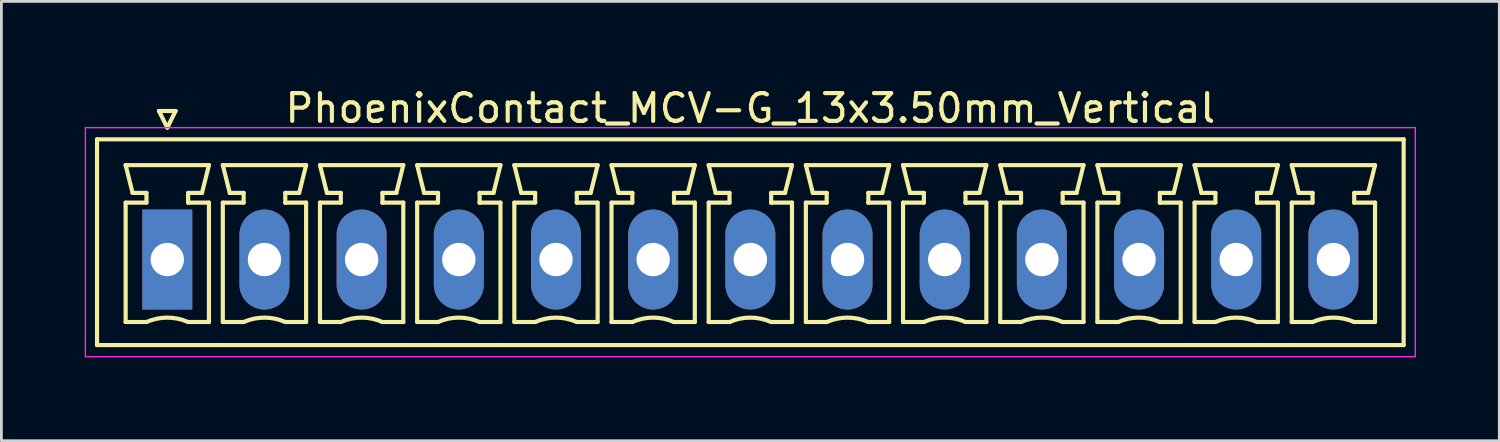
<source format=kicad_pcb>
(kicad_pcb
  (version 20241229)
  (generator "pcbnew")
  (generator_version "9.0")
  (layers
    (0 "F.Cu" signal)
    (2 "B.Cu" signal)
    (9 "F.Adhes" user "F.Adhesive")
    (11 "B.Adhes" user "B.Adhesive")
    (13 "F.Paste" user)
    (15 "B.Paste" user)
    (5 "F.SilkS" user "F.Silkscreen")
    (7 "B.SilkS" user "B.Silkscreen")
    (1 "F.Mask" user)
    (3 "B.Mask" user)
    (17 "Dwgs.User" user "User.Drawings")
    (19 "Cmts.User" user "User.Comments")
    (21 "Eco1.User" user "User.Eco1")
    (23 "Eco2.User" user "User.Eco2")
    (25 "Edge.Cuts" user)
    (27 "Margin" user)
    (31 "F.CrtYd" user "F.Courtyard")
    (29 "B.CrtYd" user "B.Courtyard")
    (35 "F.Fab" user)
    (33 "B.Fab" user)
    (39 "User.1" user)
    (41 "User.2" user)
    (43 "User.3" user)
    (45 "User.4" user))
  (footprint "PhoenixContact_MCV-G_13x3.50mm_Vertical"
    (layer "F.Cu")
    (at 2.975 6.298)
    (property "Reference" "PhoenixContact_MCV-G_13x3.50mm_Vertical" (at 21 -5.45 0) (layer "F.SilkS") (effects (font (size 1 1) (thickness 0.15))))
    (attr through_hole)
    (fp_line (start -2.53 -4.33) (end -2.53 3.08) (stroke (width 0.15) (type solid)) (layer "F.SilkS"))
    (fp_line (start -2.53 3.08) (end 44.53 3.08) (stroke (width 0.15) (type solid)) (layer "F.SilkS"))
    (fp_line (start -1.5 -3.4) (end 1.5 -3.4) (stroke (width 0.15) (type solid)) (layer "F.SilkS"))
    (fp_line (start -1.5 -2.05) (end -0.75 -2.05) (stroke (width 0.15) (type solid)) (layer "F.SilkS"))
    (fp_line (start -1.5 2.25) (end -1.5 -2.05) (stroke (width 0.15) (type solid)) (layer "F.SilkS"))
    (fp_line (start -1.25 -2.4) (end -1.5 -3.4) (stroke (width 0.15) (type solid)) (layer "F.SilkS"))
    (fp_line (start -0.75 -2.4) (end -1.25 -2.4) (stroke (width 0.15) (type solid)) (layer "F.SilkS"))
    (fp_line (start -0.75 -2.05) (end -0.75 -2.4) (stroke (width 0.15) (type solid)) (layer "F.SilkS"))
    (fp_line (start -0.75 2.25) (end -1.5 2.25) (stroke (width 0.15) (type solid)) (layer "F.SilkS"))
    (fp_line (start -0.3 -5.35) (end 0 -4.75) (stroke (width 0.15) (type solid)) (layer "F.SilkS"))
    (fp_line (start 0 -4.75) (end 0.3 -5.35) (stroke (width 0.15) (type solid)) (layer "F.SilkS"))
    (fp_line (start 0.3 -5.35) (end -0.3 -5.35) (stroke (width 0.15) (type solid)) (layer "F.SilkS"))
    (fp_line (start 0.75 -2.4) (end 0.75 -2.05) (stroke (width 0.15) (type solid)) (layer "F.SilkS"))
    (fp_line (start 0.75 -2.05) (end 0.75 -2.05) (stroke (width 0.15) (type solid)) (layer "F.SilkS"))
    (fp_line (start 0.75 -2.05) (end 1.5 -2.05) (stroke (width 0.15) (type solid)) (layer "F.SilkS"))
    (fp_line (start 1.25 -2.4) (end 0.75 -2.4) (stroke (width 0.15) (type solid)) (layer "F.SilkS"))
    (fp_line (start 1.5 -3.4) (end 1.25 -2.4) (stroke (width 0.15) (type solid)) (layer "F.SilkS"))
    (fp_line (start 1.5 -2.05) (end 1.5 2.25) (stroke (width 0.15) (type solid)) (layer "F.SilkS"))
    (fp_line (start 1.5 2.25) (end 0.75 2.25) (stroke (width 0.15) (type solid)) (layer "F.SilkS"))
    (fp_line (start 2 -3.4) (end 5 -3.4) (stroke (width 0.15) (type solid)) (layer "F.SilkS"))
    (fp_line (start 2 -2.05) (end 2.75 -2.05) (stroke (width 0.15) (type solid)) (layer "F.SilkS"))
    (fp_line (start 2 2.25) (end 2 -2.05) (stroke (width 0.15) (type solid)) (layer "F.SilkS"))
    (fp_line (start 2.25 -2.4) (end 2 -3.4) (stroke (width 0.15) (type solid)) (layer "F.SilkS"))
    (fp_line (start 2.75 -2.4) (end 2.25 -2.4) (stroke (width 0.15) (type solid)) (layer "F.SilkS"))
    (fp_line (start 2.75 -2.05) (end 2.75 -2.4) (stroke (width 0.15) (type solid)) (layer "F.SilkS"))
    (fp_line (start 2.75 2.25) (end 2 2.25) (stroke (width 0.15) (type solid)) (layer "F.SilkS"))
    (fp_line (start 4.25 -2.4) (end 4.25 -2.05) (stroke (width 0.15) (type solid)) (layer "F.SilkS"))
    (fp_line (start 4.25 -2.05) (end 4.25 -2.05) (stroke (width 0.15) (type solid)) (layer "F.SilkS"))
    (fp_line (start 4.25 -2.05) (end 5 -2.05) (stroke (width 0.15) (type solid)) (layer "F.SilkS"))
    (fp_line (start 4.75 -2.4) (end 4.25 -2.4) (stroke (width 0.15) (type solid)) (layer "F.SilkS"))
    (fp_line (start 5 -3.4) (end 4.75 -2.4) (stroke (width 0.15) (type solid)) (layer "F.SilkS"))
    (fp_line (start 5 -2.05) (end 5 2.25) (stroke (width 0.15) (type solid)) (layer "F.SilkS"))
    (fp_line (start 5 2.25) (end 4.25 2.25) (stroke (width 0.15) (type solid)) (layer "F.SilkS"))
    (fp_line (start 5.5 -3.4) (end 8.5 -3.4) (stroke (width 0.15) (type solid)) (layer "F.SilkS"))
    (fp_line (start 5.5 -2.05) (end 6.25 -2.05) (stroke (width 0.15) (type solid)) (layer "F.SilkS"))
    (fp_line (start 5.5 2.25) (end 5.5 -2.05) (stroke (width 0.15) (type solid)) (layer "F.SilkS"))
    (fp_line (start 5.75 -2.4) (end 5.5 -3.4) (stroke (width 0.15) (type solid)) (layer "F.SilkS"))
    (fp_line (start 6.25 -2.4) (end 5.75 -2.4) (stroke (width 0.15) (type solid)) (layer "F.SilkS"))
    (fp_line (start 6.25 -2.05) (end 6.25 -2.4) (stroke (width 0.15) (type solid)) (layer "F.SilkS"))
    (fp_line (start 6.25 2.25) (end 5.5 2.25) (stroke (width 0.15) (type solid)) (layer "F.SilkS"))
    (fp_line (start 7.75 -2.4) (end 7.75 -2.05) (stroke (width 0.15) (type solid)) (layer "F.SilkS"))
    (fp_line (start 7.75 -2.05) (end 7.75 -2.05) (stroke (width 0.15) (type solid)) (layer "F.SilkS"))
    (fp_line (start 7.75 -2.05) (end 8.5 -2.05) (stroke (width 0.15) (type solid)) (layer "F.SilkS"))
    (fp_line (start 8.25 -2.4) (end 7.75 -2.4) (stroke (width 0.15) (type solid)) (layer "F.SilkS"))
    (fp_line (start 8.5 -3.4) (end 8.25 -2.4) (stroke (width 0.15) (type solid)) (layer "F.SilkS"))
    (fp_line (start 8.5 -2.05) (end 8.5 2.25) (stroke (width 0.15) (type solid)) (layer "F.SilkS"))
    (fp_line (start 8.5 2.25) (end 7.75 2.25) (stroke (width 0.15) (type solid)) (layer "F.SilkS"))
    (fp_line (start 9 -3.4) (end 12 -3.4) (stroke (width 0.15) (type solid)) (layer "F.SilkS"))
    (fp_line (start 9 -2.05) (end 9.75 -2.05) (stroke (width 0.15) (type solid)) (layer "F.SilkS"))
    (fp_line (start 9 2.25) (end 9 -2.05) (stroke (width 0.15) (type solid)) (layer "F.SilkS"))
    (fp_line (start 9.25 -2.4) (end 9 -3.4) (stroke (width 0.15) (type solid)) (layer "F.SilkS"))
    (fp_line (start 9.75 -2.4) (end 9.25 -2.4) (stroke (width 0.15) (type solid)) (layer "F.SilkS"))
    (fp_line (start 9.75 -2.05) (end 9.75 -2.4) (stroke (width 0.15) (type solid)) (layer "F.SilkS"))
    (fp_line (start 9.75 2.25) (end 9 2.25) (stroke (width 0.15) (type solid)) (layer "F.SilkS"))
    (fp_line (start 11.25 -2.4) (end 11.25 -2.05) (stroke (width 0.15) (type solid)) (layer "F.SilkS"))
    (fp_line (start 11.25 -2.05) (end 11.25 -2.05) (stroke (width 0.15) (type solid)) (layer "F.SilkS"))
    (fp_line (start 11.25 -2.05) (end 12 -2.05) (stroke (width 0.15) (type solid)) (layer "F.SilkS"))
    (fp_line (start 11.75 -2.4) (end 11.25 -2.4) (stroke (width 0.15) (type solid)) (layer "F.SilkS"))
    (fp_line (start 12 -3.4) (end 11.75 -2.4) (stroke (width 0.15) (type solid)) (layer "F.SilkS"))
    (fp_line (start 12 -2.05) (end 12 2.25) (stroke (width 0.15) (type solid)) (layer "F.SilkS"))
    (fp_line (start 12 2.25) (end 11.25 2.25) (stroke (width 0.15) (type solid)) (layer "F.SilkS"))
    (fp_line (start 12.5 -3.4) (end 15.5 -3.4) (stroke (width 0.15) (type solid)) (layer "F.SilkS"))
    (fp_line (start 12.5 -2.05) (end 13.25 -2.05) (stroke (width 0.15) (type solid)) (layer "F.SilkS"))
    (fp_line (start 12.5 2.25) (end 12.5 -2.05) (stroke (width 0.15) (type solid)) (layer "F.SilkS"))
    (fp_line (start 12.75 -2.4) (end 12.5 -3.4) (stroke (width 0.15) (type solid)) (layer "F.SilkS"))
    (fp_line (start 13.25 -2.4) (end 12.75 -2.4) (stroke (width 0.15) (type solid)) (layer "F.SilkS"))
    (fp_line (start 13.25 -2.05) (end 13.25 -2.4) (stroke (width 0.15) (type solid)) (layer "F.SilkS"))
    (fp_line (start 13.25 2.25) (end 12.5 2.25) (stroke (width 0.15) (type solid)) (layer "F.SilkS"))
    (fp_line (start 14.75 -2.4) (end 14.75 -2.05) (stroke (width 0.15) (type solid)) (layer "F.SilkS"))
    (fp_line (start 14.75 -2.05) (end 14.75 -2.05) (stroke (width 0.15) (type solid)) (layer "F.SilkS"))
    (fp_line (start 14.75 -2.05) (end 15.5 -2.05) (stroke (width 0.15) (type solid)) (layer "F.SilkS"))
    (fp_line (start 15.25 -2.4) (end 14.75 -2.4) (stroke (width 0.15) (type solid)) (layer "F.SilkS"))
    (fp_line (start 15.5 -3.4) (end 15.25 -2.4) (stroke (width 0.15) (type solid)) (layer "F.SilkS"))
    (fp_line (start 15.5 -2.05) (end 15.5 2.25) (stroke (width 0.15) (type solid)) (layer "F.SilkS"))
    (fp_line (start 15.5 2.25) (end 14.75 2.25) (stroke (width 0.15) (type solid)) (layer "F.SilkS"))
    (fp_line (start 16 -3.4) (end 19 -3.4) (stroke (width 0.15) (type solid)) (layer "F.SilkS"))
    (fp_line (start 16 -2.05) (end 16.75 -2.05) (stroke (width 0.15) (type solid)) (layer "F.SilkS"))
    (fp_line (start 16 2.25) (end 16 -2.05) (stroke (width 0.15) (type solid)) (layer "F.SilkS"))
    (fp_line (start 16.25 -2.4) (end 16 -3.4) (stroke (width 0.15) (type solid)) (layer "F.SilkS"))
    (fp_line (start 16.75 -2.4) (end 16.25 -2.4) (stroke (width 0.15) (type solid)) (layer "F.SilkS"))
    (fp_line (start 16.75 -2.05) (end 16.75 -2.4) (stroke (width 0.15) (type solid)) (layer "F.SilkS"))
    (fp_line (start 16.75 2.25) (end 16 2.25) (stroke (width 0.15) (type solid)) (layer "F.SilkS"))
    (fp_line (start 18.25 -2.4) (end 18.25 -2.05) (stroke (width 0.15) (type solid)) (layer "F.SilkS"))
    (fp_line (start 18.25 -2.05) (end 18.25 -2.05) (stroke (width 0.15) (type solid)) (layer "F.SilkS"))
    (fp_line (start 18.25 -2.05) (end 19 -2.05) (stroke (width 0.15) (type solid)) (layer "F.SilkS"))
    (fp_line (start 18.75 -2.4) (end 18.25 -2.4) (stroke (width 0.15) (type solid)) (layer "F.SilkS"))
    (fp_line (start 19 -3.4) (end 18.75 -2.4) (stroke (width 0.15) (type solid)) (layer "F.SilkS"))
    (fp_line (start 19 -2.05) (end 19 2.25) (stroke (width 0.15) (type solid)) (layer "F.SilkS"))
    (fp_line (start 19 2.25) (end 18.25 2.25) (stroke (width 0.15) (type solid)) (layer "F.SilkS"))
    (fp_line (start 19.5 -3.4) (end 22.5 -3.4) (stroke (width 0.15) (type solid)) (layer "F.SilkS"))
    (fp_line (start 19.5 -2.05) (end 20.25 -2.05) (stroke (width 0.15) (type solid)) (layer "F.SilkS"))
    (fp_line (start 19.5 2.25) (end 19.5 -2.05) (stroke (width 0.15) (type solid)) (layer "F.SilkS"))
    (fp_line (start 19.75 -2.4) (end 19.5 -3.4) (stroke (width 0.15) (type solid)) (layer "F.SilkS"))
    (fp_line (start 20.25 -2.4) (end 19.75 -2.4) (stroke (width 0.15) (type solid)) (layer "F.SilkS"))
    (fp_line (start 20.25 -2.05) (end 20.25 -2.4) (stroke (width 0.15) (type solid)) (layer "F.SilkS"))
    (fp_line (start 20.25 2.25) (end 19.5 2.25) (stroke (width 0.15) (type solid)) (layer "F.SilkS"))
    (fp_line (start 21.75 -2.4) (end 21.75 -2.05) (stroke (width 0.15) (type solid)) (layer "F.SilkS"))
    (fp_line (start 21.75 -2.05) (end 21.75 -2.05) (stroke (width 0.15) (type solid)) (layer "F.SilkS"))
    (fp_line (start 21.75 -2.05) (end 22.5 -2.05) (stroke (width 0.15) (type solid)) (layer "F.SilkS"))
    (fp_line (start 22.25 -2.4) (end 21.75 -2.4) (stroke (width 0.15) (type solid)) (layer "F.SilkS"))
    (fp_line (start 22.5 -3.4) (end 22.25 -2.4) (stroke (width 0.15) (type solid)) (layer "F.SilkS"))
    (fp_line (start 22.5 -2.05) (end 22.5 2.25) (stroke (width 0.15) (type solid)) (layer "F.SilkS"))
    (fp_line (start 22.5 2.25) (end 21.75 2.25) (stroke (width 0.15) (type solid)) (layer "F.SilkS"))
    (fp_line (start 23 -3.4) (end 26 -3.4) (stroke (width 0.15) (type solid)) (layer "F.SilkS"))
    (fp_line (start 23 -2.05) (end 23.75 -2.05) (stroke (width 0.15) (type solid)) (layer "F.SilkS"))
    (fp_line (start 23 2.25) (end 23 -2.05) (stroke (width 0.15) (type solid)) (layer "F.SilkS"))
    (fp_line (start 23.25 -2.4) (end 23 -3.4) (stroke (width 0.15) (type solid)) (layer "F.SilkS"))
    (fp_line (start 23.75 -2.4) (end 23.25 -2.4) (stroke (width 0.15) (type solid)) (layer "F.SilkS"))
    (fp_line (start 23.75 -2.05) (end 23.75 -2.4) (stroke (width 0.15) (type solid)) (layer "F.SilkS"))
    (fp_line (start 23.75 2.25) (end 23 2.25) (stroke (width 0.15) (type solid)) (layer "F.SilkS"))
    (fp_line (start 25.25 -2.4) (end 25.25 -2.05) (stroke (width 0.15) (type solid)) (layer "F.SilkS"))
    (fp_line (start 25.25 -2.05) (end 25.25 -2.05) (stroke (width 0.15) (type solid)) (layer "F.SilkS"))
    (fp_line (start 25.25 -2.05) (end 26 -2.05) (stroke (width 0.15) (type solid)) (layer "F.SilkS"))
    (fp_line (start 25.75 -2.4) (end 25.25 -2.4) (stroke (width 0.15) (type solid)) (layer "F.SilkS"))
    (fp_line (start 26 -3.4) (end 25.75 -2.4) (stroke (width 0.15) (type solid)) (layer "F.SilkS"))
    (fp_line (start 26 -2.05) (end 26 2.25) (stroke (width 0.15) (type solid)) (layer "F.SilkS"))
    (fp_line (start 26 2.25) (end 25.25 2.25) (stroke (width 0.15) (type solid)) (layer "F.SilkS"))
    (fp_line (start 26.5 -3.4) (end 29.5 -3.4) (stroke (width 0.15) (type solid)) (layer "F.SilkS"))
    (fp_line (start 26.5 -2.05) (end 27.25 -2.05) (stroke (width 0.15) (type solid)) (layer "F.SilkS"))
    (fp_line (start 26.5 2.25) (end 26.5 -2.05) (stroke (width 0.15) (type solid)) (layer "F.SilkS"))
    (fp_line (start 26.75 -2.4) (end 26.5 -3.4) (stroke (width 0.15) (type solid)) (layer "F.SilkS"))
    (fp_line (start 27.25 -2.4) (end 26.75 -2.4) (stroke (width 0.15) (type solid)) (layer "F.SilkS"))
    (fp_line (start 27.25 -2.05) (end 27.25 -2.4) (stroke (width 0.15) (type solid)) (layer "F.SilkS"))
    (fp_line (start 27.25 2.25) (end 26.5 2.25) (stroke (width 0.15) (type solid)) (layer "F.SilkS"))
    (fp_line (start 28.75 -2.4) (end 28.75 -2.05) (stroke (width 0.15) (type solid)) (layer "F.SilkS"))
    (fp_line (start 28.75 -2.05) (end 28.75 -2.05) (stroke (width 0.15) (type solid)) (layer "F.SilkS"))
    (fp_line (start 28.75 -2.05) (end 29.5 -2.05) (stroke (width 0.15) (type solid)) (layer "F.SilkS"))
    (fp_line (start 29.25 -2.4) (end 28.75 -2.4) (stroke (width 0.15) (type solid)) (layer "F.SilkS"))
    (fp_line (start 29.5 -3.4) (end 29.25 -2.4) (stroke (width 0.15) (type solid)) (layer "F.SilkS"))
    (fp_line (start 29.5 -2.05) (end 29.5 2.25) (stroke (width 0.15) (type solid)) (layer "F.SilkS"))
    (fp_line (start 29.5 2.25) (end 28.75 2.25) (stroke (width 0.15) (type solid)) (layer "F.SilkS"))
    (fp_line (start 30 -3.4) (end 33 -3.4) (stroke (width 0.15) (type solid)) (layer "F.SilkS"))
    (fp_line (start 30 -2.05) (end 30.75 -2.05) (stroke (width 0.15) (type solid)) (layer "F.SilkS"))
    (fp_line (start 30 2.25) (end 30 -2.05) (stroke (width 0.15) (type solid)) (layer "F.SilkS"))
    (fp_line (start 30.25 -2.4) (end 30 -3.4) (stroke (width 0.15) (type solid)) (layer "F.SilkS"))
    (fp_line (start 30.75 -2.4) (end 30.25 -2.4) (stroke (width 0.15) (type solid)) (layer "F.SilkS"))
    (fp_line (start 30.75 -2.05) (end 30.75 -2.4) (stroke (width 0.15) (type solid)) (layer "F.SilkS"))
    (fp_line (start 30.75 2.25) (end 30 2.25) (stroke (width 0.15) (type solid)) (layer "F.SilkS"))
    (fp_line (start 32.25 -2.4) (end 32.25 -2.05) (stroke (width 0.15) (type solid)) (layer "F.SilkS"))
    (fp_line (start 32.25 -2.05) (end 32.25 -2.05) (stroke (width 0.15) (type solid)) (layer "F.SilkS"))
    (fp_line (start 32.25 -2.05) (end 33 -2.05) (stroke (width 0.15) (type solid)) (layer "F.SilkS"))
    (fp_line (start 32.75 -2.4) (end 32.25 -2.4) (stroke (width 0.15) (type solid)) (layer "F.SilkS"))
    (fp_line (start 33 -3.4) (end 32.75 -2.4) (stroke (width 0.15) (type solid)) (layer "F.SilkS"))
    (fp_line (start 33 -2.05) (end 33 2.25) (stroke (width 0.15) (type solid)) (layer "F.SilkS"))
    (fp_line (start 33 2.25) (end 32.25 2.25) (stroke (width 0.15) (type solid)) (layer "F.SilkS"))
    (fp_line (start 33.5 -3.4) (end 36.5 -3.4) (stroke (width 0.15) (type solid)) (layer "F.SilkS"))
    (fp_line (start 33.5 -2.05) (end 34.25 -2.05) (stroke (width 0.15) (type solid)) (layer "F.SilkS"))
    (fp_line (start 33.5 2.25) (end 33.5 -2.05) (stroke (width 0.15) (type solid)) (layer "F.SilkS"))
    (fp_line (start 33.75 -2.4) (end 33.5 -3.4) (stroke (width 0.15) (type solid)) (layer "F.SilkS"))
    (fp_line (start 34.25 -2.4) (end 33.75 -2.4) (stroke (width 0.15) (type solid)) (layer "F.SilkS"))
    (fp_line (start 34.25 -2.05) (end 34.25 -2.4) (stroke (width 0.15) (type solid)) (layer "F.SilkS"))
    (fp_line (start 34.25 2.25) (end 33.5 2.25) (stroke (width 0.15) (type solid)) (layer "F.SilkS"))
    (fp_line (start 35.75 -2.4) (end 35.75 -2.05) (stroke (width 0.15) (type solid)) (layer "F.SilkS"))
    (fp_line (start 35.75 -2.05) (end 35.75 -2.05) (stroke (width 0.15) (type solid)) (layer "F.SilkS"))
    (fp_line (start 35.75 -2.05) (end 36.5 -2.05) (stroke (width 0.15) (type solid)) (layer "F.SilkS"))
    (fp_line (start 36.25 -2.4) (end 35.75 -2.4) (stroke (width 0.15) (type solid)) (layer "F.SilkS"))
    (fp_line (start 36.5 -3.4) (end 36.25 -2.4) (stroke (width 0.15) (type solid)) (layer "F.SilkS"))
    (fp_line (start 36.5 -2.05) (end 36.5 2.25) (stroke (width 0.15) (type solid)) (layer "F.SilkS"))
    (fp_line (start 36.5 2.25) (end 35.75 2.25) (stroke (width 0.15) (type solid)) (layer "F.SilkS"))
    (fp_line (start 37 -3.4) (end 40 -3.4) (stroke (width 0.15) (type solid)) (layer "F.SilkS"))
    (fp_line (start 37 -2.05) (end 37.75 -2.05) (stroke (width 0.15) (type solid)) (layer "F.SilkS"))
    (fp_line (start 37 2.25) (end 37 -2.05) (stroke (width 0.15) (type solid)) (layer "F.SilkS"))
    (fp_line (start 37.25 -2.4) (end 37 -3.4) (stroke (width 0.15) (type solid)) (layer "F.SilkS"))
    (fp_line (start 37.75 -2.4) (end 37.25 -2.4) (stroke (width 0.15) (type solid)) (layer "F.SilkS"))
    (fp_line (start 37.75 -2.05) (end 37.75 -2.4) (stroke (width 0.15) (type solid)) (layer "F.SilkS"))
    (fp_line (start 37.75 2.25) (end 37 2.25) (stroke (width 0.15) (type solid)) (layer "F.SilkS"))
    (fp_line (start 39.25 -2.4) (end 39.25 -2.05) (stroke (width 0.15) (type solid)) (layer "F.SilkS"))
    (fp_line (start 39.25 -2.05) (end 39.25 -2.05) (stroke (width 0.15) (type solid)) (layer "F.SilkS"))
    (fp_line (start 39.25 -2.05) (end 40 -2.05) (stroke (width 0.15) (type solid)) (layer "F.SilkS"))
    (fp_line (start 39.75 -2.4) (end 39.25 -2.4) (stroke (width 0.15) (type solid)) (layer "F.SilkS"))
    (fp_line (start 40 -3.4) (end 39.75 -2.4) (stroke (width 0.15) (type solid)) (layer "F.SilkS"))
    (fp_line (start 40 -2.05) (end 40 2.25) (stroke (width 0.15) (type solid)) (layer "F.SilkS"))
    (fp_line (start 40 2.25) (end 39.25 2.25) (stroke (width 0.15) (type solid)) (layer "F.SilkS"))
    (fp_line (start 40.5 -3.4) (end 43.5 -3.4) (stroke (width 0.15) (type solid)) (layer "F.SilkS"))
    (fp_line (start 40.5 -2.05) (end 41.25 -2.05) (stroke (width 0.15) (type solid)) (layer "F.SilkS"))
    (fp_line (start 40.5 2.25) (end 40.5 -2.05) (stroke (width 0.15) (type solid)) (layer "F.SilkS"))
    (fp_line (start 40.75 -2.4) (end 40.5 -3.4) (stroke (width 0.15) (type solid)) (layer "F.SilkS"))
    (fp_line (start 41.25 -2.4) (end 40.75 -2.4) (stroke (width 0.15) (type solid)) (layer "F.SilkS"))
    (fp_line (start 41.25 -2.05) (end 41.25 -2.4) (stroke (width 0.15) (type solid)) (layer "F.SilkS"))
    (fp_line (start 41.25 2.25) (end 40.5 2.25) (stroke (width 0.15) (type solid)) (layer "F.SilkS"))
    (fp_line (start 42.75 -2.4) (end 42.75 -2.05) (stroke (width 0.15) (type solid)) (layer "F.SilkS"))
    (fp_line (start 42.75 -2.05) (end 42.75 -2.05) (stroke (width 0.15) (type solid)) (layer "F.SilkS"))
    (fp_line (start 42.75 -2.05) (end 43.5 -2.05) (stroke (width 0.15) (type solid)) (layer "F.SilkS"))
    (fp_line (start 43.25 -2.4) (end 42.75 -2.4) (stroke (width 0.15) (type solid)) (layer "F.SilkS"))
    (fp_line (start 43.5 -3.4) (end 43.25 -2.4) (stroke (width 0.15) (type solid)) (layer "F.SilkS"))
    (fp_line (start 43.5 -2.05) (end 43.5 2.25) (stroke (width 0.15) (type solid)) (layer "F.SilkS"))
    (fp_line (start 43.5 2.25) (end 42.75 2.25) (stroke (width 0.15) (type solid)) (layer "F.SilkS"))
    (fp_line (start 44.53 -4.33) (end -2.53 -4.33) (stroke (width 0.15) (type solid)) (layer "F.SilkS"))
    (fp_line (start 44.53 3.08) (end 44.53 -4.33) (stroke (width 0.15) (type solid)) (layer "F.SilkS"))
    (fp_arc (start -0.75 2.25) (mid -0.000193 2.09191) (end 0.749647 2.249844) (stroke (width 0.15) (type solid)) (layer "F.SilkS"))
    (fp_arc (start 2.75 2.25) (mid 3.499807 2.09191) (end 4.249647 2.249844) (stroke (width 0.15) (type solid)) (layer "F.SilkS"))
    (fp_arc (start 6.25 2.25) (mid 6.999807 2.09191) (end 7.749647 2.249844) (stroke (width 0.15) (type solid)) (layer "F.SilkS"))
    (fp_arc (start 9.75 2.25) (mid 10.499807 2.09191) (end 11.249647 2.249844) (stroke (width 0.15) (type solid)) (layer "F.SilkS"))
    (fp_arc (start 13.25 2.25) (mid 13.999807 2.09191) (end 14.749647 2.249844) (stroke (width 0.15) (type solid)) (layer "F.SilkS"))
    (fp_arc (start 16.75 2.25) (mid 17.499807 2.09191) (end 18.249647 2.249844) (stroke (width 0.15) (type solid)) (layer "F.SilkS"))
    (fp_arc (start 20.25 2.25) (mid 20.999807 2.09191) (end 21.749647 2.249844) (stroke (width 0.15) (type solid)) (layer "F.SilkS"))
    (fp_arc (start 23.75 2.25) (mid 24.499807 2.09191) (end 25.249647 2.249844) (stroke (width 0.15) (type solid)) (layer "F.SilkS"))
    (fp_arc (start 27.25 2.25) (mid 27.999807 2.09191) (end 28.749647 2.249844) (stroke (width 0.15) (type solid)) (layer "F.SilkS"))
    (fp_arc (start 30.75 2.25) (mid 31.499807 2.09191) (end 32.249647 2.249844) (stroke (width 0.15) (type solid)) (layer "F.SilkS"))
    (fp_arc (start 34.25 2.25) (mid 34.999807 2.09191) (end 35.749647 2.249844) (stroke (width 0.15) (type solid)) (layer "F.SilkS"))
    (fp_arc (start 37.75 2.25) (mid 38.499807 2.09191) (end 39.249647 2.249844) (stroke (width 0.15) (type solid)) (layer "F.SilkS"))
    (fp_arc (start 41.25 2.25) (mid 41.999807 2.09191) (end 42.749647 2.249844) (stroke (width 0.15) (type solid)) (layer "F.SilkS"))
    (fp_line (start -2.95 -4.75) (end -2.95 3.5) (stroke (width 0.05) (type solid)) (layer "F.CrtYd"))
    (fp_line (start -2.95 3.5) (end 44.95 3.5) (stroke (width 0.05) (type solid)) (layer "F.CrtYd"))
    (fp_line (start 44.95 -4.75) (end -2.95 -4.75) (stroke (width 0.05) (type solid)) (layer "F.CrtYd"))
    (fp_line (start 44.95 3.5) (end 44.95 -4.75) (stroke (width 0.05) (type solid)) (layer "F.CrtYd"))
    (pad "1" thru_hole rect (at 0 0) (size 1.8 3.6) (drill 1.2) (layers "*.Cu" "*.Mask"))
    (pad "2" thru_hole oval (at 3.5 0) (size 1.8 3.6) (drill 1.2) (layers "*.Cu" "*.Mask"))
    (pad "3" thru_hole oval (at 7 0) (size 1.8 3.6) (drill 1.2) (layers "*.Cu" "*.Mask"))
    (pad "4" thru_hole oval (at 10.5 0) (size 1.8 3.6) (drill 1.2) (layers "*.Cu" "*.Mask"))
    (pad "5" thru_hole oval (at 14 0) (size 1.8 3.6) (drill 1.2) (layers "*.Cu" "*.Mask"))
    (pad "6" thru_hole oval (at 17.5 0) (size 1.8 3.6) (drill 1.2) (layers "*.Cu" "*.Mask"))
    (pad "7" thru_hole oval (at 21 0) (size 1.8 3.6) (drill 1.2) (layers "*.Cu" "*.Mask"))
    (pad "8" thru_hole oval (at 24.5 0) (size 1.8 3.6) (drill 1.2) (layers "*.Cu" "*.Mask"))
    (pad "9" thru_hole oval (at 28 0) (size 1.8 3.6) (drill 1.2) (layers "*.Cu" "*.Mask"))
    (pad "10" thru_hole oval (at 31.5 0) (size 1.8 3.6) (drill 1.2) (layers "*.Cu" "*.Mask"))
    (pad "11" thru_hole oval (at 35 0) (size 1.8 3.6) (drill 1.2) (layers "*.Cu" "*.Mask"))
    (pad "12" thru_hole oval (at 38.5 0) (size 1.8 3.6) (drill 1.2) (layers "*.Cu" "*.Mask"))
    (pad "13" thru_hole oval (at 42 0) (size 1.8 3.6) (drill 1.2) (layers "*.Cu" "*.Mask")))
  (gr_rect
    (start -3 -3)
    (end 50.95 12.823)
    (stroke (width 0.1) (type default))
    (fill no)
    (layer "Edge.Cuts")))
</source>
